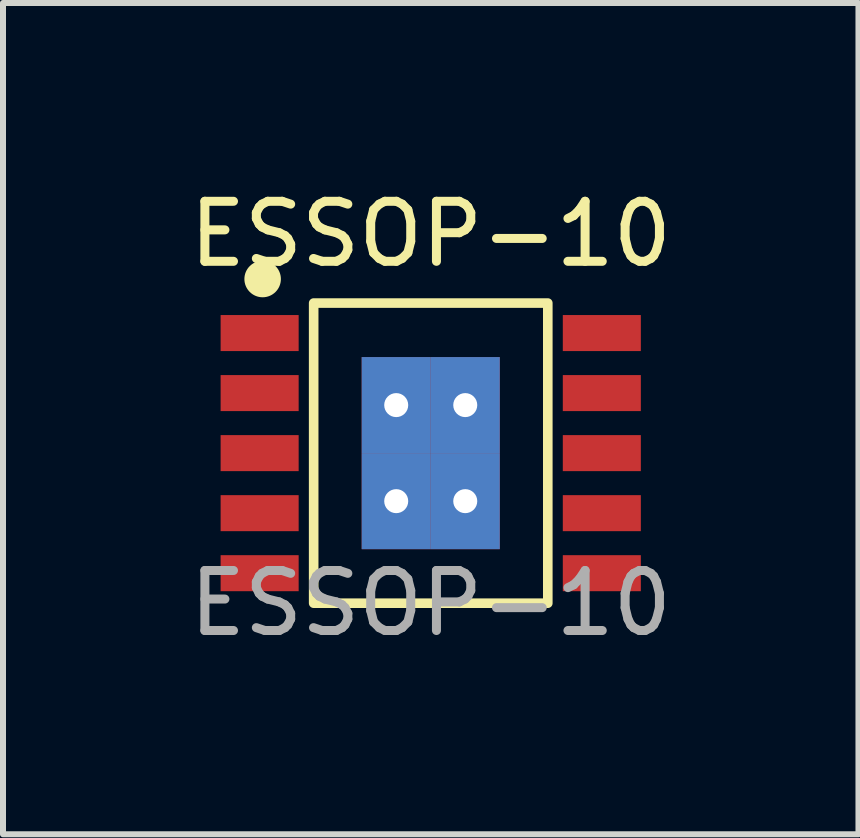
<source format=kicad_pcb>
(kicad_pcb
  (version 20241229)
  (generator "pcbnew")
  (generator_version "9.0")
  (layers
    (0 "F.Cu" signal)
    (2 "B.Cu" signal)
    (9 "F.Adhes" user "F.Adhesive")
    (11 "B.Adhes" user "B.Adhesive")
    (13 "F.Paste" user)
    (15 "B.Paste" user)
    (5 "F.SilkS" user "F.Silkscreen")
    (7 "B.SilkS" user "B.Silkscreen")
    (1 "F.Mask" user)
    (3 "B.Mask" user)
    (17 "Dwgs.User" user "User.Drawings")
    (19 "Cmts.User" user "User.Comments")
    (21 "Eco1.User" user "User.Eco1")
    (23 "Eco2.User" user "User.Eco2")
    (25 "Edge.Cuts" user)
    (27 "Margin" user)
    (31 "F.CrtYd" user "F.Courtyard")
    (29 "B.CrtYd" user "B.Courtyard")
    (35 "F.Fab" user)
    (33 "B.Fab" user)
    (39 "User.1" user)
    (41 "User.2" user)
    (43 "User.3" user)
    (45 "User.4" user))
  (footprint "ESSOP-10"
    (layer "F.Cu")
    (at 4.125 4.498)
    (property "Reference" "ESSOP-10" (at 0 -3.65 0) (unlocked yes) (layer "F.SilkS") (effects (font (size 1 1) (thickness 0.15))))
    (attr smd)
    (fp_rect (start -1.95 -2.5) (end 1.95 2.5) (stroke (width 0.16) (type default)) (fill no) (layer "F.SilkS"))
    (fp_circle (center -2.8 -2.9) (end -2.576 -2.9) (stroke (width 0.16) (type solid)) (fill yes) (layer "F.SilkS"))
    (fp_text user "${REFERENCE}" (at 0 2.5 0) (unlocked yes) (layer "F.Fab") (effects (font (size 1 1) (thickness 0.15))))
    (pad "0" thru_hole rect (at -0.575 -0.8) (size 1.15 1.6) (drill 0.4) (layers "*.Cu" "*.Mask" "F.Paste"))
    (pad "0" thru_hole rect (at -0.575 0.8) (size 1.15 1.6) (drill 0.4) (layers "*.Cu" "*.Mask" "F.Paste"))
    (pad "0" thru_hole rect (at 0.575 -0.8) (size 1.15 1.6) (drill 0.4) (layers "*.Cu" "*.Mask" "F.Paste"))
    (pad "0" thru_hole rect (at 0.575 0.8) (size 1.15 1.6) (drill 0.4) (layers "*.Cu" "*.Mask" "F.Paste"))
    (pad "1" smd rect (at -2.85 -2) (size 1.3 0.6) (layers "F.Cu" "F.Mask" "F.Paste"))
    (pad "2" smd rect (at -2.85 -1) (size 1.3 0.6) (layers "F.Cu" "F.Mask" "F.Paste"))
    (pad "3" smd rect (at -2.85 0) (size 1.3 0.6) (layers "F.Cu" "F.Mask" "F.Paste"))
    (pad "4" smd rect (at -2.85 1) (size 1.3 0.6) (layers "F.Cu" "F.Mask" "F.Paste"))
    (pad "5" smd rect (at -2.85 2) (size 1.3 0.6) (layers "F.Cu" "F.Mask" "F.Paste"))
    (pad "6" smd rect (at 2.85 2) (size 1.3 0.6) (layers "F.Cu" "F.Mask" "F.Paste"))
    (pad "7" smd rect (at 2.85 1) (size 1.3 0.6) (layers "F.Cu" "F.Mask" "F.Paste"))
    (pad "8" smd rect (at 2.85 0) (size 1.3 0.6) (layers "F.Cu" "F.Mask" "F.Paste"))
    (pad "9" smd rect (at 2.85 -1) (size 1.3 0.6) (layers "F.Cu" "F.Mask" "F.Paste"))
    (pad "10" smd rect (at 2.85 -2) (size 1.3 0.6) (layers "F.Cu" "F.Mask" "F.Paste")))
  (gr_rect
    (start -3 -3)
    (end 11.25 10.847)
    (stroke (width 0.1) (type default))
    (fill no)
    (layer "Edge.Cuts")))
</source>
